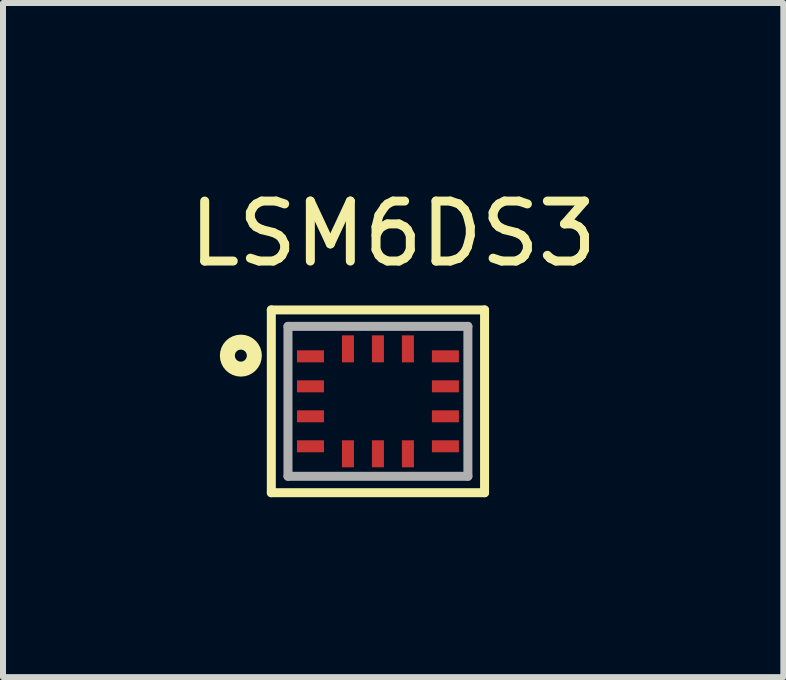
<source format=kicad_pcb>
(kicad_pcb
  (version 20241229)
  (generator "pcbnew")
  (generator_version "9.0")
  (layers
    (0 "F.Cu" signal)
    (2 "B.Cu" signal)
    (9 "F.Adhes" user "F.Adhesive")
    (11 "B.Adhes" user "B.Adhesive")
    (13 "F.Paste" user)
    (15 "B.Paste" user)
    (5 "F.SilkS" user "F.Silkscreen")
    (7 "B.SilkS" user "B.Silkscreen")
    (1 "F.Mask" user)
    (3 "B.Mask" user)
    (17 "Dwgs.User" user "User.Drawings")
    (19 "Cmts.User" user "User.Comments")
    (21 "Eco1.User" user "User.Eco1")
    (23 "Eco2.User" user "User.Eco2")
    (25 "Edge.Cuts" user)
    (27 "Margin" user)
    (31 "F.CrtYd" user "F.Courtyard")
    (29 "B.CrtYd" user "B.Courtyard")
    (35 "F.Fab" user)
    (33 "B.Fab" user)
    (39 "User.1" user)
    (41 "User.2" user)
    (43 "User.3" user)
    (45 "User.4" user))
  (footprint "LSM6DS3"
    (layer "F.Cu")
    (at 3.252 3.642)
    (property "Reference" "LSM6DS3" (at 0.254 -2.794 0) (layer "F.SilkS") (effects (font (size 1 1) (thickness 0.15))))
    (attr through_hole)
    (fp_line (start -1.778 -1.524) (end -1.778 1.524) (stroke (width 0.15) (type solid)) (layer "F.SilkS"))
    (fp_line (start -1.778 1.524) (end 1.778 1.524) (stroke (width 0.15) (type solid)) (layer "F.SilkS"))
    (fp_line (start 1.778 -1.524) (end -1.778 -1.524) (stroke (width 0.15) (type solid)) (layer "F.SilkS"))
    (fp_line (start 1.778 1.524) (end 1.778 -1.524) (stroke (width 0.15) (type solid)) (layer "F.SilkS"))
    (fp_circle (center -2.286 -0.762) (end -2.186 -0.762) (stroke (width 0.25) (type solid)) (fill no) (layer "F.SilkS"))
    (fp_line (start -1.5 -1.25) (end 1.5 -1.25) (stroke (width 0.15) (type solid)) (layer "F.Fab"))
    (fp_line (start -1.5 1.25) (end -1.5 -1.25) (stroke (width 0.15) (type solid)) (layer "F.Fab"))
    (fp_line (start 1.5 -1.25) (end 1.5 1.25) (stroke (width 0.15) (type solid)) (layer "F.Fab"))
    (fp_line (start 1.5 1.25) (end -1.5 1.25) (stroke (width 0.15) (type solid)) (layer "F.Fab"))
    (pad "1" smd rect (at -1.125 -0.75) (size 0.45 0.2) (layers "F.Cu" "F.Mask" "F.Paste"))
    (pad "2" smd rect (at -1.125 -0.25) (size 0.45 0.2) (layers "F.Cu" "F.Mask" "F.Paste"))
    (pad "3" smd rect (at -1.125 0.25) (size 0.45 0.2) (layers "F.Cu" "F.Mask" "F.Paste"))
    (pad "4" smd rect (at -1.125 0.75) (size 0.45 0.2) (layers "F.Cu" "F.Mask" "F.Paste"))
    (pad "5" smd rect (at -0.5 0.875) (size 0.2 0.45) (layers "F.Cu" "F.Mask" "F.Paste"))
    (pad "6" smd rect (at 0 0.875) (size 0.2 0.45) (layers "F.Cu" "F.Mask" "F.Paste"))
    (pad "7" smd rect (at 0.5 0.875) (size 0.2 0.45) (layers "F.Cu" "F.Mask" "F.Paste"))
    (pad "8" smd rect (at 1.125 0.75) (size 0.45 0.2) (layers "F.Cu" "F.Mask" "F.Paste"))
    (pad "9" smd rect (at 1.125 0.25) (size 0.45 0.2) (layers "F.Cu" "F.Mask" "F.Paste"))
    (pad "10" smd rect (at 1.125 -0.25) (size 0.45 0.2) (layers "F.Cu" "F.Mask" "F.Paste"))
    (pad "11" smd rect (at 1.125 -0.75) (size 0.45 0.2) (layers "F.Cu" "F.Mask" "F.Paste"))
    (pad "12" smd rect (at 0.5 -0.875) (size 0.2 0.45) (layers "F.Cu" "F.Mask" "F.Paste"))
    (pad "13" smd rect (at 0 -0.875) (size 0.2 0.45) (layers "F.Cu" "F.Mask" "F.Paste"))
    (pad "14" smd rect (at -0.5 -0.875) (size 0.2 0.45) (layers "F.Cu" "F.Mask" "F.Paste")))
  (gr_rect
    (start -3 -3)
    (end 10.012 8.241)
    (stroke (width 0.1) (type default))
    (fill no)
    (layer "Edge.Cuts")))
</source>
